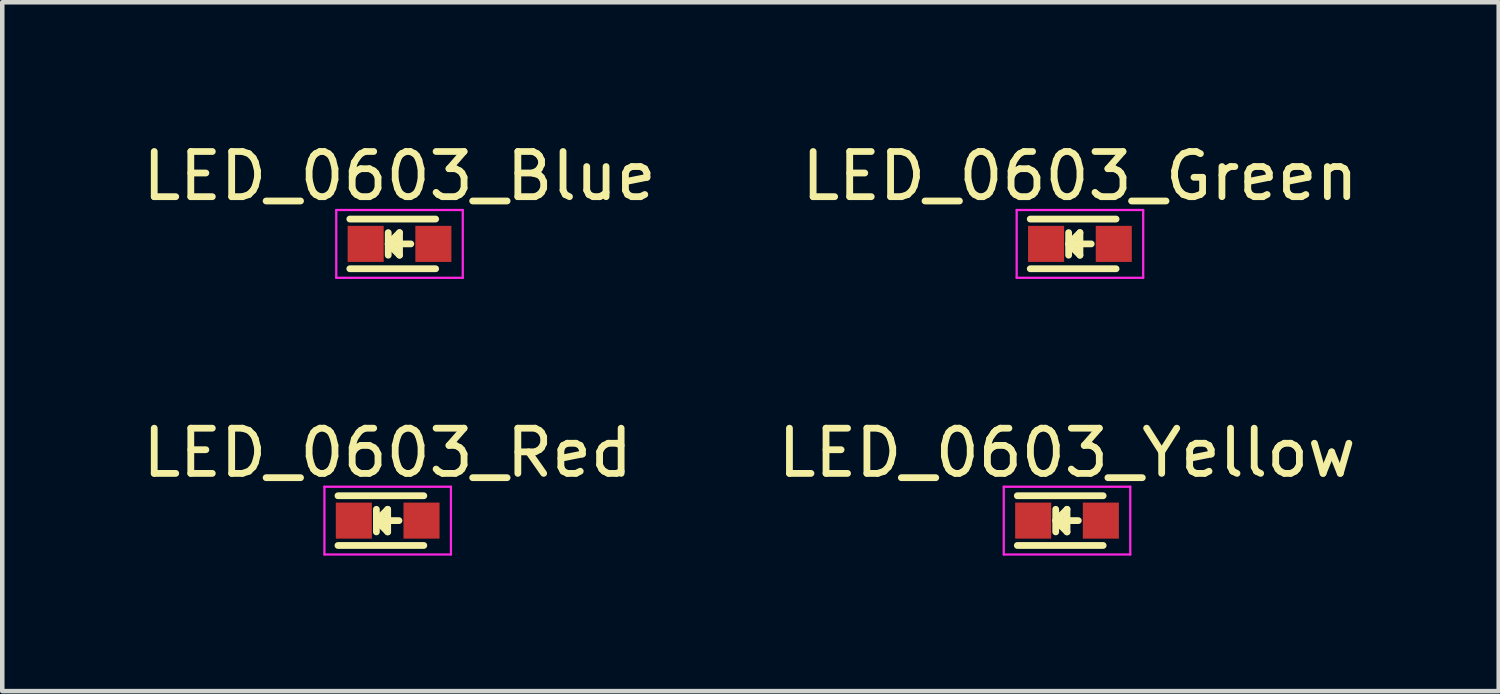
<source format=kicad_pcb>
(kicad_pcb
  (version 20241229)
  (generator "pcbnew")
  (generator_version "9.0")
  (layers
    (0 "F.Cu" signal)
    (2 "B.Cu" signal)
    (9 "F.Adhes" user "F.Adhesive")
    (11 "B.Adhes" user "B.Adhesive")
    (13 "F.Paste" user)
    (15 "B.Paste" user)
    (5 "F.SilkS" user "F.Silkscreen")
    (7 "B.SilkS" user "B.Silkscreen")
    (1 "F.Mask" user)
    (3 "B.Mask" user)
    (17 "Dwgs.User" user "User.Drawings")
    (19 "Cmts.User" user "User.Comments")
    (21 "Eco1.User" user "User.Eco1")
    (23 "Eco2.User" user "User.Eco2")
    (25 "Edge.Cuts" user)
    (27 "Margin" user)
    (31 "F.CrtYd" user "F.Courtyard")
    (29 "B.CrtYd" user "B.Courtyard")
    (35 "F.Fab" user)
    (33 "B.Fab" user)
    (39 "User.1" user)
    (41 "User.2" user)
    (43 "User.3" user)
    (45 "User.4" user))
  (footprint "LED_0603_Green"
    (layer "F.Cu")
    (at 20.851 2.348)
    (property "Reference" "LED_0603_Green" (at 0 -1.5 0) (layer "F.SilkS") (effects (font (size 1 1) (thickness 0.15))))
    (attr smd)
    (fp_line (start -1.1 -0.55) (end 0.8 -0.55) (stroke (width 0.15) (type solid)) (layer "F.SilkS"))
    (fp_line (start -1.1 0.55) (end 0.8 0.55) (stroke (width 0.15) (type solid)) (layer "F.SilkS"))
    (fp_line (start -0.25 -0.25) (end -0.25 0.25) (stroke (width 0.15) (type solid)) (layer "F.SilkS"))
    (fp_line (start -0.25 0) (end 0 -0.25) (stroke (width 0.15) (type solid)) (layer "F.SilkS"))
    (fp_line (start -0.2 0) (end 0.25 0) (stroke (width 0.15) (type solid)) (layer "F.SilkS"))
    (fp_line (start 0 -0.25) (end 0 0.25) (stroke (width 0.15) (type solid)) (layer "F.SilkS"))
    (fp_line (start 0 0.25) (end -0.25 0) (stroke (width 0.15) (type solid)) (layer "F.SilkS"))
    (fp_line (start -1.4 -0.75) (end 1.4 -0.75) (stroke (width 0.05) (type solid)) (layer "F.CrtYd"))
    (fp_line (start -1.4 0.75) (end -1.4 -0.75) (stroke (width 0.05) (type solid)) (layer "F.CrtYd"))
    (fp_line (start 1.4 -0.75) (end 1.4 0.75) (stroke (width 0.05) (type solid)) (layer "F.CrtYd"))
    (fp_line (start 1.4 0.75) (end -1.4 0.75) (stroke (width 0.05) (type solid)) (layer "F.CrtYd"))
    (pad "1" smd rect (at -0.749 0 180) (size 0.798 0.798) (layers "F.Cu" "F.Mask" "F.Paste"))
    (pad "2" smd rect (at 0.749 0 180) (size 0.798 0.798) (layers "F.Cu" "F.Mask" "F.Paste")))
  (footprint "LED_0603_Red"
    (layer "F.Cu")
    (at 5.53 8.472)
    (property "Reference" "LED_0603_Red" (at 0 -1.5 0) (layer "F.SilkS") (effects (font (size 1 1) (thickness 0.15))))
    (attr smd)
    (fp_line (start -1.1 -0.55) (end 0.8 -0.55) (stroke (width 0.15) (type solid)) (layer "F.SilkS"))
    (fp_line (start -1.1 0.55) (end 0.8 0.55) (stroke (width 0.15) (type solid)) (layer "F.SilkS"))
    (fp_line (start -0.25 -0.25) (end -0.25 0.25) (stroke (width 0.15) (type solid)) (layer "F.SilkS"))
    (fp_line (start -0.25 0) (end 0 -0.25) (stroke (width 0.15) (type solid)) (layer "F.SilkS"))
    (fp_line (start -0.2 0) (end 0.25 0) (stroke (width 0.15) (type solid)) (layer "F.SilkS"))
    (fp_line (start 0 -0.25) (end 0 0.25) (stroke (width 0.15) (type solid)) (layer "F.SilkS"))
    (fp_line (start 0 0.25) (end -0.25 0) (stroke (width 0.15) (type solid)) (layer "F.SilkS"))
    (fp_line (start -1.4 -0.75) (end 1.4 -0.75) (stroke (width 0.05) (type solid)) (layer "F.CrtYd"))
    (fp_line (start -1.4 0.75) (end -1.4 -0.75) (stroke (width 0.05) (type solid)) (layer "F.CrtYd"))
    (fp_line (start 1.4 -0.75) (end 1.4 0.75) (stroke (width 0.05) (type solid)) (layer "F.CrtYd"))
    (fp_line (start 1.4 0.75) (end -1.4 0.75) (stroke (width 0.05) (type solid)) (layer "F.CrtYd"))
    (pad "1" smd rect (at -0.749 0 180) (size 0.798 0.798) (layers "F.Cu" "F.Mask" "F.Paste"))
    (pad "2" smd rect (at 0.749 0 180) (size 0.798 0.798) (layers "F.Cu" "F.Mask" "F.Paste")))
  (footprint "LED_0603_Yellow"
    (layer "F.Cu")
    (at 20.565 8.472)
    (property "Reference" "LED_0603_Yellow" (at 0 -1.5 0) (layer "F.SilkS") (effects (font (size 1 1) (thickness 0.15))))
    (attr smd)
    (fp_line (start -1.1 -0.55) (end 0.8 -0.55) (stroke (width 0.15) (type solid)) (layer "F.SilkS"))
    (fp_line (start -1.1 0.55) (end 0.8 0.55) (stroke (width 0.15) (type solid)) (layer "F.SilkS"))
    (fp_line (start -0.25 -0.25) (end -0.25 0.25) (stroke (width 0.15) (type solid)) (layer "F.SilkS"))
    (fp_line (start -0.25 0) (end 0 -0.25) (stroke (width 0.15) (type solid)) (layer "F.SilkS"))
    (fp_line (start -0.2 0) (end 0.25 0) (stroke (width 0.15) (type solid)) (layer "F.SilkS"))
    (fp_line (start 0 -0.25) (end 0 0.25) (stroke (width 0.15) (type solid)) (layer "F.SilkS"))
    (fp_line (start 0 0.25) (end -0.25 0) (stroke (width 0.15) (type solid)) (layer "F.SilkS"))
    (fp_line (start -1.4 -0.75) (end 1.4 -0.75) (stroke (width 0.05) (type solid)) (layer "F.CrtYd"))
    (fp_line (start -1.4 0.75) (end -1.4 -0.75) (stroke (width 0.05) (type solid)) (layer "F.CrtYd"))
    (fp_line (start 1.4 -0.75) (end 1.4 0.75) (stroke (width 0.05) (type solid)) (layer "F.CrtYd"))
    (fp_line (start 1.4 0.75) (end -1.4 0.75) (stroke (width 0.05) (type solid)) (layer "F.CrtYd"))
    (pad "1" smd rect (at -0.749 0 180) (size 0.798 0.798) (layers "F.Cu" "F.Mask" "F.Paste"))
    (pad "2" smd rect (at 0.749 0 180) (size 0.798 0.798) (layers "F.Cu" "F.Mask" "F.Paste")))
  (footprint "LED_0603_Blue"
    (layer "F.Cu")
    (at 5.792 2.348)
    (property "Reference" "LED_0603_Blue" (at 0 -1.5 0) (layer "F.SilkS") (effects (font (size 1 1) (thickness 0.15))))
    (attr smd)
    (fp_line (start -1.1 -0.55) (end 0.8 -0.55) (stroke (width 0.15) (type solid)) (layer "F.SilkS"))
    (fp_line (start -1.1 0.55) (end 0.8 0.55) (stroke (width 0.15) (type solid)) (layer "F.SilkS"))
    (fp_line (start -0.25 -0.25) (end -0.25 0.25) (stroke (width 0.15) (type solid)) (layer "F.SilkS"))
    (fp_line (start -0.25 0) (end 0 -0.25) (stroke (width 0.15) (type solid)) (layer "F.SilkS"))
    (fp_line (start -0.2 0) (end 0.25 0) (stroke (width 0.15) (type solid)) (layer "F.SilkS"))
    (fp_line (start 0 -0.25) (end 0 0.25) (stroke (width 0.15) (type solid)) (layer "F.SilkS"))
    (fp_line (start 0 0.25) (end -0.25 0) (stroke (width 0.15) (type solid)) (layer "F.SilkS"))
    (fp_line (start -1.4 -0.75) (end 1.4 -0.75) (stroke (width 0.05) (type solid)) (layer "F.CrtYd"))
    (fp_line (start -1.4 0.75) (end -1.4 -0.75) (stroke (width 0.05) (type solid)) (layer "F.CrtYd"))
    (fp_line (start 1.4 -0.75) (end 1.4 0.75) (stroke (width 0.05) (type solid)) (layer "F.CrtYd"))
    (fp_line (start 1.4 0.75) (end -1.4 0.75) (stroke (width 0.05) (type solid)) (layer "F.CrtYd"))
    (pad "1" smd rect (at -0.749 0 180) (size 0.798 0.798) (layers "F.Cu" "F.Mask" "F.Paste"))
    (pad "2" smd rect (at 0.749 0 180) (size 0.798 0.798) (layers "F.Cu" "F.Mask" "F.Paste")))
  (gr_rect
    (start -3 -3)
    (end 30.119 12.246)
    (stroke (width 0.1) (type default))
    (fill no)
    (layer "Edge.Cuts")))
</source>
